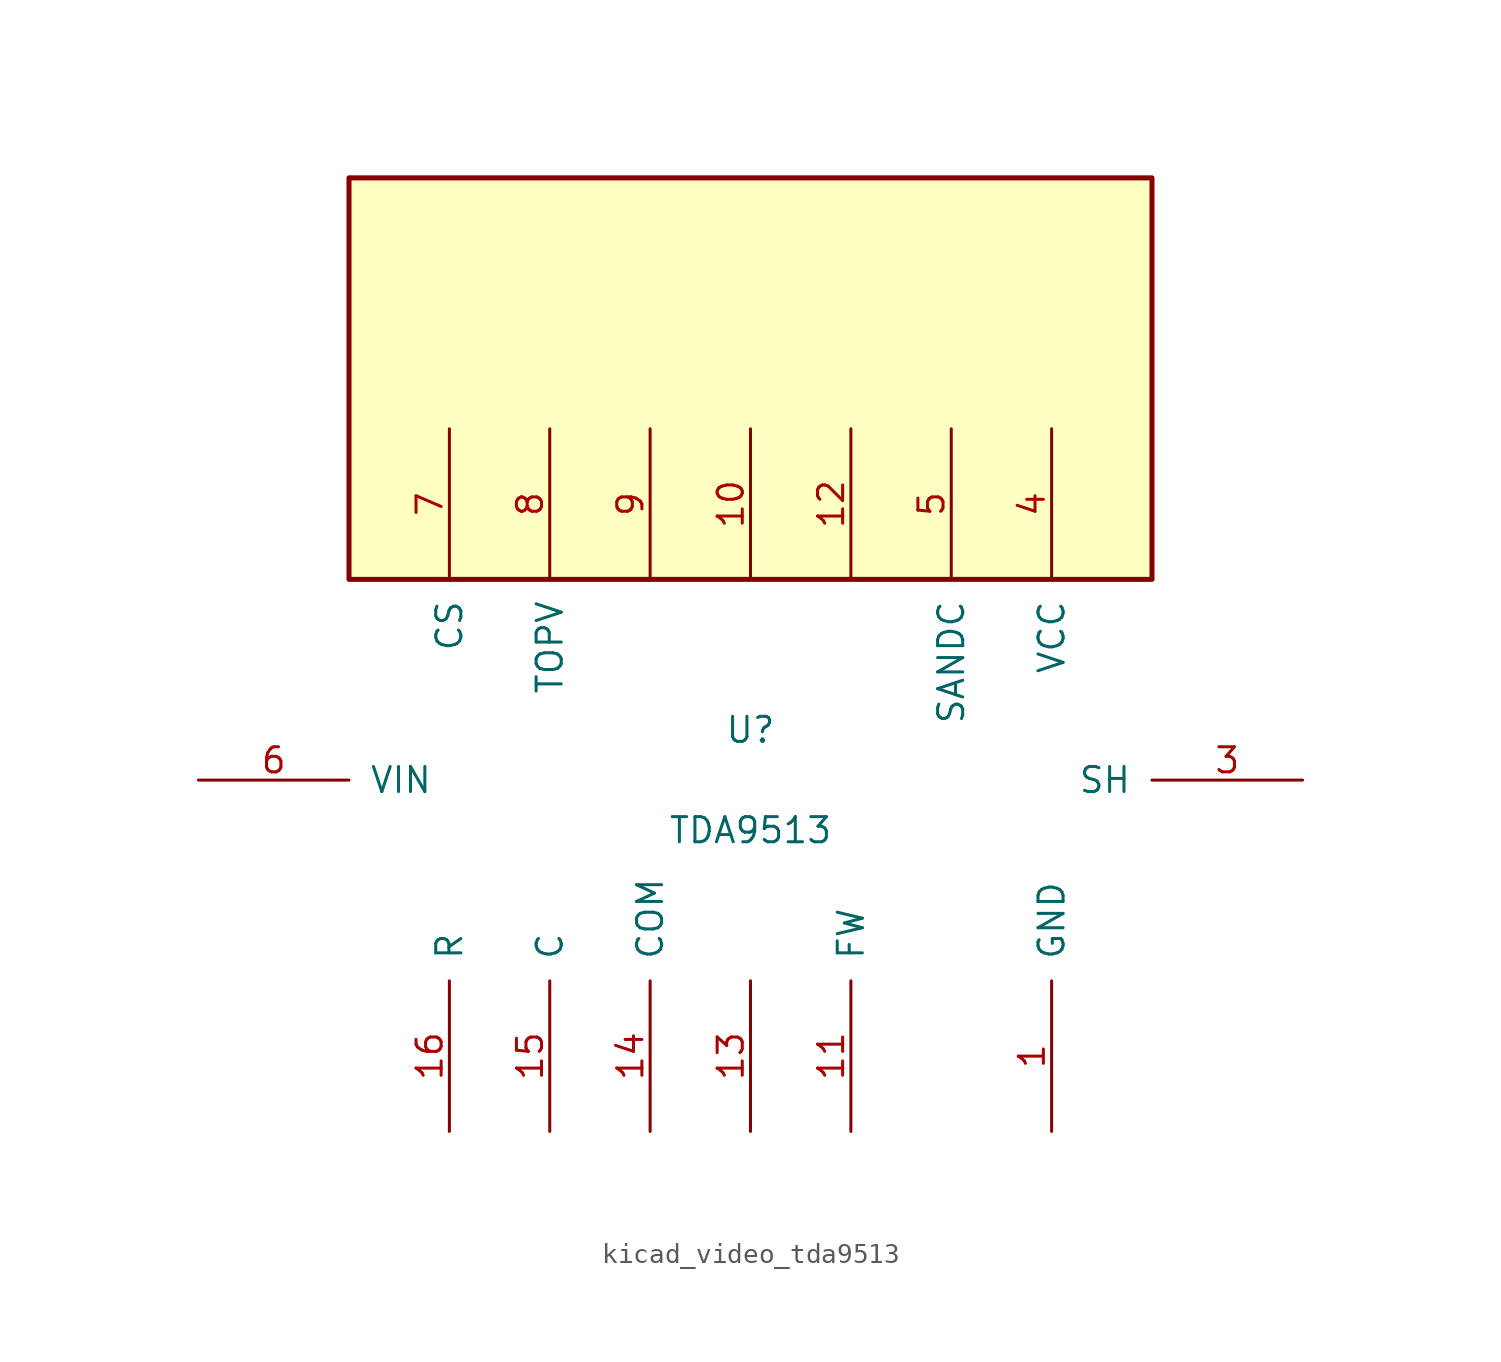
<source format=kicad_sym>
(kicad_symbol_lib
  (version 20220914)
  (generator kicad_symbol_editor)
  (symbol "kicad_video_tda9513"
    (pin_names
      (offset 1.016))
    (property "Reference" "U"
      (at 0 2.54 0)
      (effects (font (size 1.27 1.27))))
    (property "Value" "TDA9513"
      (at 0 -2.54 0)
      (effects (font (size 1.27 1.27))))
    (symbol "kicad_video_tda9513_0_1"
      (rectangle (start 20.32 30.48) (end -20.32 10.16) (stroke (width 0.254) (type default)) (fill (type background))))
    (symbol "kicad_video_tda9513_1_1"
      (pin power_in line (at 15.24 -17.78 90) (length 7.62) (name "GND" (effects (font (size 1.27 1.27)))) (number "1" (effects (font (size 1.27 1.27)))))
      (pin passive line (at 0 17.78 270) (length 7.62) (name "~" (effects (font (size 1.27 1.27)))) (number "10" (effects (font (size 1.27 1.27)))))
      (pin input line (at 5.08 -17.78 90) (length 7.62) (name "FW" (effects (font (size 1.27 1.27)))) (number "11" (effects (font (size 1.27 1.27)))))
      (pin passive line (at 5.08 17.78 270) (length 7.62) (name "~" (effects (font (size 1.27 1.27)))) (number "12" (effects (font (size 1.27 1.27)))))
      (pin passive line (at 0 -17.78 90) (length 7.62) (name "~" (effects (font (size 1.27 1.27)))) (number "13" (effects (font (size 1.27 1.27)))))
      (pin passive line (at -5.08 -17.78 90) (length 7.62) (name "COM" (effects (font (size 1.27 1.27)))) (number "14" (effects (font (size 1.27 1.27)))))
      (pin input line (at -10.16 -17.78 90) (length 7.62) (name "C" (effects (font (size 1.27 1.27)))) (number "15" (effects (font (size 1.27 1.27)))))
      (pin input line (at -15.24 -17.78 90) (length 7.62) (name "R" (effects (font (size 1.27 1.27)))) (number "16" (effects (font (size 1.27 1.27)))))
      (pin output line (at 27.94 0 180) (length 7.62) (name "SH" (effects (font (size 1.27 1.27)))) (number "3" (effects (font (size 1.27 1.27)))))
      (pin power_in line (at 15.24 17.78 270) (length 7.62) (name "VCC" (effects (font (size 1.27 1.27)))) (number "4" (effects (font (size 1.27 1.27)))))
      (pin output line (at 10.16 17.78 270) (length 7.62) (name "SANDC" (effects (font (size 1.27 1.27)))) (number "5" (effects (font (size 1.27 1.27)))))
      (pin power_in line (at -27.94 0 0) (length 7.62) (name "VIN" (effects (font (size 1.27 1.27)))) (number "6" (effects (font (size 1.27 1.27)))))
      (pin output line (at -15.24 17.78 270) (length 7.62) (name "CS" (effects (font (size 1.27 1.27)))) (number "7" (effects (font (size 1.27 1.27)))))
      (pin output line (at -10.16 17.78 270) (length 7.62) (name "TOPV" (effects (font (size 1.27 1.27)))) (number "8" (effects (font (size 1.27 1.27)))))
      (pin passive line (at -5.08 17.78 270) (length 7.62) (name "~" (effects (font (size 1.27 1.27)))) (number "9" (effects (font (size 1.27 1.27))))))))
</source>
